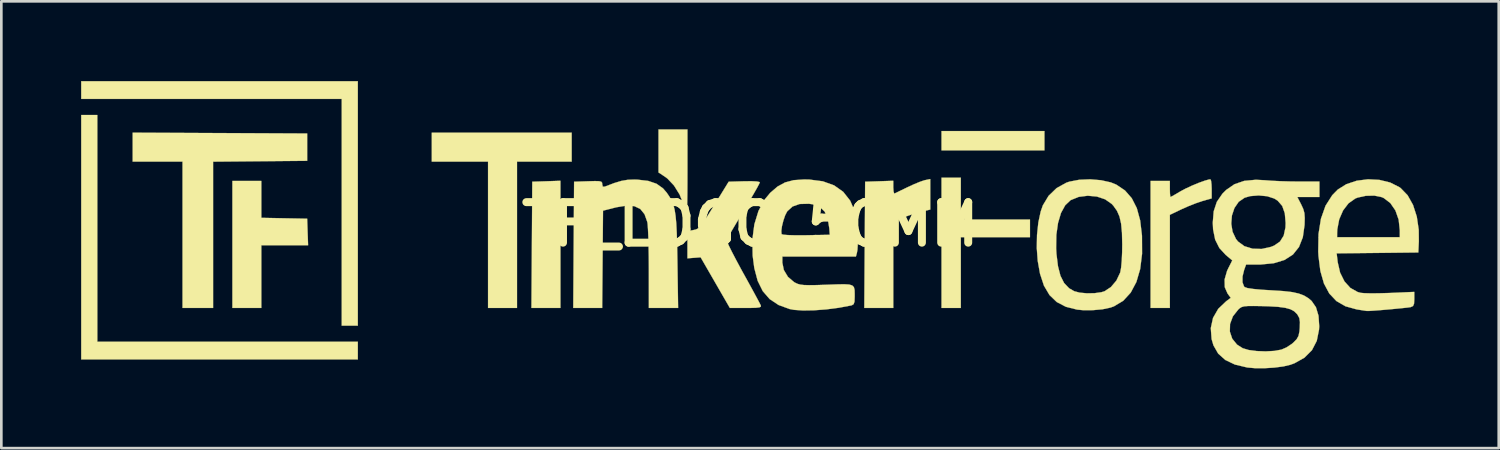
<source format=kicad_pcb>
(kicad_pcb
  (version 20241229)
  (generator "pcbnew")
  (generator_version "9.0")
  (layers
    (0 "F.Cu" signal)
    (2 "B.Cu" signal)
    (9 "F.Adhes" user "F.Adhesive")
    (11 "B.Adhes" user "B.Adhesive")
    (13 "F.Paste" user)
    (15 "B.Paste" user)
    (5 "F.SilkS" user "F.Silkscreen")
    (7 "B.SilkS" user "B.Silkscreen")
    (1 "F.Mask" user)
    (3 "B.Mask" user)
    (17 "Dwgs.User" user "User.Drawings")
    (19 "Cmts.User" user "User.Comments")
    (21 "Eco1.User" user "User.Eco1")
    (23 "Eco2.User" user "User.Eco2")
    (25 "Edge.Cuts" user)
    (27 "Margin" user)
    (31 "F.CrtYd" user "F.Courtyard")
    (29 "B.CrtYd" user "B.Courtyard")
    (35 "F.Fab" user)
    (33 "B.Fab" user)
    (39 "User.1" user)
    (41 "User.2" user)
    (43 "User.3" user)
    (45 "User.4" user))
  (footprint "TF_LOGO_50MM"
    (layer "F.Cu")
    (at 25.163 5.387)
    (property "Reference" "TF_LOGO_50MM" (at 0 0 0) (layer "F.SilkS") (effects (font (size 1.524 1.524) (thickness 0.3))))
    (attr through_hole)
    (fp_poly (pts (xy 11.067 -2.782) (xy 7.197 -2.782) (xy 7.197 -3.508) (xy 11.067 -3.508) (xy 11.067 -2.782)) (stroke (width 0.01) (type solid)) (fill yes) (layer "F.SilkS"))
    (fp_poly (pts (xy -24.553 4.415) (xy -14.756 4.415) (xy -14.756 5.08) (xy -25.158 5.08) (xy -25.158 -4.112) (xy -24.553 -4.112) (xy -24.553 4.415)) (stroke (width 0.01) (type solid)) (fill yes) (layer "F.SilkS"))
    (fp_poly (pts (xy -14.756 3.81) (xy -15.361 3.81) (xy -15.361 -4.717) (xy -25.158 -4.717) (xy -25.158 -5.382) (xy -14.756 -5.382) (xy -14.756 3.81)) (stroke (width 0.01) (type solid)) (fill yes) (layer "F.SilkS"))
    (fp_poly (pts (xy -7.136 3.145) (xy -8.226 3.145) (xy -8.21 0.771) (xy -8.195 -1.603) (xy -7.665 -1.62) (xy -7.136 -1.638) (xy -7.136 3.145)) (stroke (width 0.01) (type solid)) (fill yes) (layer "F.SilkS"))
    (fp_poly (pts (xy -6.713 -2.359) (xy -8.769 -2.359) (xy -8.769 3.145) (xy -9.858 3.145) (xy -9.858 -2.359) (xy -11.974 -2.359) (xy -11.974 -3.447) (xy -6.713 -3.447) (xy -6.713 -2.359)) (stroke (width 0.01) (type solid)) (fill yes) (layer "F.SilkS"))
    (fp_poly (pts (xy 7.922 -0.181) (xy 10.523 -0.181) (xy 10.523 0.484) (xy 7.922 0.484) (xy 7.922 3.145) (xy 7.197 3.145) (xy 7.197 -1.754) (xy 7.922 -1.754) (xy 7.922 -0.181)) (stroke (width 0.01) (type solid)) (fill yes) (layer "F.SilkS"))
    (fp_poly (pts (xy -16.661 -3.417) (xy -16.661 -2.389) (xy -18.43 -2.373) (xy -20.199 -2.357) (xy -20.199 3.145) (xy -21.348 3.145) (xy -21.348 -2.359) (xy -23.223 -2.359) (xy -23.223 -3.448) (xy -16.661 -3.417)) (stroke (width 0.01) (type solid)) (fill yes) (layer "F.SilkS"))
    (fp_poly (pts (xy -18.385 -0.245) (xy -17.523 -0.228) (xy -16.661 -0.212) (xy -16.644 0.287) (xy -16.626 0.786) (xy -18.385 0.786) (xy -18.385 3.145) (xy -19.473 3.145) (xy -19.473 -1.633) (xy -18.385 -1.633) (xy -18.385 -0.245)) (stroke (width 0.01) (type solid)) (fill yes) (layer "F.SilkS"))
    (fp_poly (pts (xy -2.359 -1.996) (xy -2.36 -1.574) (xy -2.362 -1.195) (xy -2.366 -0.874) (xy -2.372 -0.628) (xy -2.378 -0.473) (xy -2.385 -0.423) (xy -2.414 -0.476) (xy -2.463 -0.612) (xy -2.503 -0.741) (xy -2.654 -1.122) (xy -2.865 -1.46) (xy -3.113 -1.723) (xy -3.202 -1.789) (xy -3.447 -1.951) (xy -3.447 -3.568) (xy -2.359 -3.568) (xy -2.359 -1.996)) (stroke (width 0.01) (type solid)) (fill yes) (layer "F.SilkS"))
    (fp_poly (pts (xy 6.773 -0.556) (xy 6.456 -0.482) (xy 6.221 -0.417) (xy 5.946 -0.326) (xy 5.76 -0.258) (xy 5.382 -0.108) (xy 5.382 3.145) (xy 4.292 3.145) (xy 4.308 0.771) (xy 4.324 -1.603) (xy 4.853 -1.62) (xy 5.382 -1.638) (xy 5.382 -1.388) (xy 5.392 -1.239) (xy 5.416 -1.162) (xy 5.428 -1.159) (xy 5.5 -1.193) (xy 5.652 -1.267) (xy 5.856 -1.366) (xy 5.927 -1.4) (xy 6.166 -1.51) (xy 6.388 -1.601) (xy 6.553 -1.657) (xy 6.577 -1.662) (xy 6.773 -1.703) (xy 6.773 -0.556)) (stroke (width 0.01) (type solid)) (fill yes) (layer "F.SilkS"))
    (fp_poly (pts (xy 17.334 -1.638) (xy 17.351 -1.496) (xy 17.357 -1.335) (xy 17.357 -0.976) (xy 17.009 -0.877) (xy 16.775 -0.798) (xy 16.494 -0.688) (xy 16.226 -0.569) (xy 16.223 -0.568) (xy 15.784 -0.358) (xy 15.784 3.145) (xy 15.059 3.145) (xy 15.059 -1.633) (xy 15.784 -1.633) (xy 15.784 -1.33) (xy 15.788 -1.158) (xy 15.799 -1.048) (xy 15.807 -1.028) (xy 15.867 -1.057) (xy 16 -1.132) (xy 16.175 -1.236) (xy 16.372 -1.342) (xy 16.611 -1.453) (xy 16.861 -1.557) (xy 17.088 -1.639) (xy 17.256 -1.687) (xy 17.308 -1.693) (xy 17.334 -1.638)) (stroke (width 0.01) (type solid)) (fill yes) (layer "F.SilkS"))
    (fp_poly (pts (xy 0.253 -1.612) (xy 0.354 -1.59) (xy 0.363 -1.578) (xy 0.333 -1.51) (xy 0.25 -1.356) (xy 0.122 -1.132) (xy -0.039 -0.855) (xy -0.225 -0.542) (xy -0.249 -0.502) (xy -0.44 -0.185) (xy -0.609 0.099) (xy -0.746 0.332) (xy -0.842 0.498) (xy -0.887 0.58) (xy -0.888 0.583) (xy -0.868 0.654) (xy -0.796 0.814) (xy -0.681 1.046) (xy -0.53 1.335) (xy -0.353 1.665) (xy -0.274 1.809) (xy -0.084 2.152) (xy 0.087 2.464) (xy 0.229 2.726) (xy 0.334 2.922) (xy 0.393 3.037) (xy 0.402 3.055) (xy 0.401 3.097) (xy 0.346 3.123) (xy 0.219 3.138) (xy -0.000299 3.144) (xy -0.164 3.145) (xy -0.764 3.145) (xy -1.314 2.192) (xy -1.863 1.24) (xy -2.359 1.278) (xy -2.359 0.253) (xy -2.131 0.214) (xy -2.046 0.195) (xy -1.971 0.16) (xy -1.894 0.095) (xy -1.803 -0.017) (xy -1.685 -0.189) (xy -1.527 -0.437) (xy -1.356 -0.713) (xy -0.808 -1.603) (xy -0.223 -1.62) (xy 0.055 -1.622) (xy 0.253 -1.612)) (stroke (width 0.01) (type solid)) (fill yes) (layer "F.SilkS"))
    (fp_poly (pts (xy -4.233 -1.68) (xy -3.834 -1.633) (xy -3.523 -1.527) (xy -3.278 -1.353) (xy -3.137 -1.189) (xy -3.037 -1.042) (xy -2.955 -0.897) (xy -2.892 -0.739) (xy -2.842 -0.553) (xy -2.806 -0.324) (xy -2.779 -0.036) (xy -2.761 0.325) (xy -2.747 0.776) (xy -2.737 1.33) (xy -2.736 1.406) (xy -2.71 3.145) (xy -3.81 3.145) (xy -3.811 1.648) (xy -3.814 1.22) (xy -3.821 0.821) (xy -3.83 0.469) (xy -3.843 0.184) (xy -3.857 -0.013) (xy -3.868 -0.086) (xy -3.972 -0.379) (xy -4.131 -0.577) (xy -4.355 -0.684) (xy -4.652 -0.704) (xy -5.031 -0.642) (xy -5.07 -0.632) (xy -5.534 -0.514) (xy -5.55 1.315) (xy -5.566 3.145) (xy -6.654 3.145) (xy -6.638 0.771) (xy -6.622 -1.603) (xy -6.093 -1.62) (xy -5.839 -1.627) (xy -5.683 -1.623) (xy -5.601 -1.604) (xy -5.569 -1.565) (xy -5.564 -1.508) (xy -5.542 -1.415) (xy -5.462 -1.419) (xy -5.458 -1.421) (xy -5.117 -1.551) (xy -4.845 -1.633) (xy -4.603 -1.675) (xy -4.352 -1.684) (xy -4.233 -1.68)) (stroke (width 0.01) (type solid)) (fill yes) (layer "F.SilkS"))
    (fp_poly (pts (xy 13.195 -1.659) (xy 13.561 -1.578) (xy 13.767 -1.495) (xy 14.096 -1.274) (xy 14.352 -0.982) (xy 14.541 -0.61) (xy 14.667 -0.148) (xy 14.734 0.412) (xy 14.736 0.454) (xy 14.739 1.107) (xy 14.668 1.68) (xy 14.525 2.168) (xy 14.312 2.568) (xy 14.031 2.874) (xy 13.683 3.083) (xy 13.547 3.132) (xy 13.248 3.195) (xy 12.888 3.228) (xy 12.525 3.229) (xy 12.295 3.207) (xy 11.874 3.101) (xy 11.529 2.921) (xy 11.257 2.659) (xy 11.049 2.307) (xy 10.901 1.858) (xy 10.814 1.37) (xy 10.78 0.9) (xy 11.507 0.9) (xy 11.519 1.109) (xy 11.576 1.573) (xy 11.669 1.934) (xy 11.806 2.206) (xy 11.992 2.402) (xy 12.186 2.515) (xy 12.391 2.569) (xy 12.664 2.594) (xy 12.953 2.589) (xy 13.209 2.553) (xy 13.325 2.518) (xy 13.568 2.358) (xy 13.775 2.112) (xy 13.915 1.816) (xy 13.92 1.796) (xy 13.951 1.628) (xy 13.975 1.369) (xy 13.989 1.051) (xy 13.993 0.756) (xy 13.983 0.317) (xy 13.951 -0.025) (xy 13.89 -0.292) (xy 13.795 -0.509) (xy 13.661 -0.697) (xy 13.595 -0.769) (xy 13.35 -0.941) (xy 13.039 -1.045) (xy 12.696 -1.076) (xy 12.357 -1.033) (xy 12.055 -0.911) (xy 12.05 -0.908) (xy 11.849 -0.718) (xy 11.69 -0.428) (xy 11.578 -0.052) (xy 11.515 0.395) (xy 11.507 0.9) (xy 10.78 0.9) (xy 10.779 0.891) (xy 10.788 0.399) (xy 10.838 -0.07) (xy 10.926 -0.481) (xy 11.007 -0.713) (xy 11.223 -1.072) (xy 11.525 -1.363) (xy 11.888 -1.565) (xy 12.009 -1.606) (xy 12.377 -1.676) (xy 12.786 -1.693) (xy 13.195 -1.659)) (stroke (width 0.01) (type solid)) (fill yes) (layer "F.SilkS"))
    (fp_poly (pts (xy 23.666 -1.671) (xy 24.071 -1.572) (xy 24.42 -1.396) (xy 24.466 -1.362) (xy 24.727 -1.091) (xy 24.93 -0.728) (xy 25.071 -0.29) (xy 25.144 0.205) (xy 25.148 0.635) (xy 25.128 1.058) (xy 23.593 1.075) (xy 22.057 1.091) (xy 22.097 1.427) (xy 22.187 1.817) (xy 22.35 2.145) (xy 22.574 2.393) (xy 22.849 2.546) (xy 22.964 2.577) (xy 23.104 2.589) (xy 23.336 2.595) (xy 23.632 2.593) (xy 23.963 2.584) (xy 24.081 2.58) (xy 24.977 2.541) (xy 24.977 2.811) (xy 24.968 2.984) (xy 24.93 3.072) (xy 24.847 3.111) (xy 24.841 3.113) (xy 24.733 3.129) (xy 24.539 3.15) (xy 24.288 3.175) (xy 24.008 3.201) (xy 23.729 3.225) (xy 23.481 3.244) (xy 23.293 3.256) (xy 23.195 3.258) (xy 23.193 3.258) (xy 23.103 3.245) (xy 22.937 3.219) (xy 22.803 3.197) (xy 22.388 3.082) (xy 22.048 2.885) (xy 21.78 2.602) (xy 21.58 2.227) (xy 21.445 1.757) (xy 21.373 1.187) (xy 21.364 1.028) (xy 21.373 0.484) (xy 22.074 0.484) (xy 24.432 0.484) (xy 24.432 0.223) (xy 24.389 -0.175) (xy 24.267 -0.522) (xy 24.076 -0.8) (xy 23.827 -0.99) (xy 23.748 -1.024) (xy 23.473 -1.08) (xy 23.153 -1.073) (xy 22.847 -1.006) (xy 22.758 -0.971) (xy 22.505 -0.793) (xy 22.299 -0.524) (xy 22.153 -0.188) (xy 22.081 0.191) (xy 22.075 0.318) (xy 22.074 0.484) (xy 21.373 0.484) (xy 21.375 0.363) (xy 21.467 -0.213) (xy 21.639 -0.7) (xy 21.892 -1.097) (xy 22.099 -1.308) (xy 22.423 -1.511) (xy 22.812 -1.64) (xy 23.237 -1.694) (xy 23.666 -1.671)) (stroke (width 0.01) (type solid)) (fill yes) (layer "F.SilkS"))
    (fp_poly (pts (xy 2.226 -1.684) (xy 2.733 -1.618) (xy 3.157 -1.465) (xy 3.5 -1.222) (xy 3.761 -0.891) (xy 3.943 -0.469) (xy 3.957 -0.419) (xy 4.001 -0.196) (xy 4.032 0.094) (xy 4.049 0.41) (xy 4.05 0.713) (xy 4.034 0.961) (xy 4.014 1.073) (xy 3.977 1.21) (xy 1.21 1.21) (xy 1.21 1.442) (xy 1.266 1.718) (xy 1.419 1.973) (xy 1.648 2.17) (xy 1.695 2.197) (xy 1.786 2.239) (xy 1.889 2.267) (xy 2.025 2.283) (xy 2.215 2.288) (xy 2.482 2.285) (xy 2.846 2.273) (xy 2.881 2.272) (xy 3.26 2.258) (xy 3.535 2.253) (xy 3.723 2.264) (xy 3.839 2.299) (xy 3.902 2.364) (xy 3.927 2.467) (xy 3.931 2.615) (xy 3.931 2.725) (xy 3.924 2.907) (xy 3.892 3.002) (xy 3.823 3.044) (xy 3.795 3.051) (xy 3.331 3.138) (xy 2.858 3.199) (xy 2.401 3.233) (xy 1.988 3.24) (xy 1.648 3.216) (xy 1.482 3.185) (xy 1.067 3.033) (xy 0.733 2.811) (xy 0.473 2.511) (xy 0.282 2.124) (xy 0.155 1.644) (xy 0.094 1.179) (xy 0.084 0.565) (xy 0.125 0.251) (xy 1.171 0.251) (xy 1.181 0.365) (xy 1.184 0.371) (xy 1.254 0.39) (xy 1.424 0.404) (xy 1.672 0.411) (xy 1.977 0.412) (xy 2.106 0.41) (xy 2.994 0.393) (xy 2.976 0.151) (xy 2.918 -0.215) (xy 2.8 -0.481) (xy 2.614 -0.658) (xy 2.352 -0.754) (xy 2.208 -0.774) (xy 1.861 -0.765) (xy 1.594 -0.672) (xy 1.396 -0.491) (xy 1.389 -0.481) (xy 1.315 -0.337) (xy 1.248 -0.14) (xy 1.196 0.069) (xy 1.171 0.251) (xy 0.125 0.251) (xy 0.158 -0.000098) (xy 0.312 -0.503) (xy 0.543 -0.931) (xy 0.752 -1.183) (xy 1.026 -1.419) (xy 1.31 -1.575) (xy 1.634 -1.661) (xy 2.028 -1.688) (xy 2.226 -1.684)) (stroke (width 0.01) (type solid)) (fill yes) (layer "F.SilkS"))
    (fp_poly (pts (xy 19.349 -1.659) (xy 19.625 -1.638) (xy 19.973 -1.622) (xy 20.345 -1.612) (xy 20.637 -1.61) (xy 21.409 -1.611) (xy 21.409 -1.028) (xy 20.578 -1.028) (xy 20.726 -0.741) (xy 20.802 -0.575) (xy 20.844 -0.423) (xy 20.857 -0.24) (xy 20.85 0.018) (xy 20.849 0.03) (xy 20.785 0.485) (xy 20.64 0.853) (xy 20.412 1.137) (xy 20.098 1.339) (xy 19.693 1.463) (xy 19.196 1.511) (xy 19.113 1.512) (xy 18.651 1.512) (xy 18.578 1.713) (xy 18.517 1.962) (xy 18.516 2.18) (xy 18.573 2.334) (xy 18.598 2.36) (xy 18.703 2.397) (xy 18.921 2.43) (xy 19.243 2.46) (xy 19.581 2.48) (xy 20.022 2.508) (xy 20.363 2.546) (xy 20.625 2.601) (xy 20.83 2.678) (xy 20.999 2.781) (xy 21.115 2.881) (xy 21.278 3.117) (xy 21.375 3.439) (xy 21.401 3.83) (xy 21.394 3.96) (xy 21.309 4.383) (xy 21.127 4.734) (xy 20.846 5.015) (xy 20.468 5.226) (xy 20.314 5.282) (xy 20.052 5.344) (xy 19.714 5.388) (xy 19.344 5.411) (xy 18.988 5.41) (xy 18.696 5.384) (xy 18.232 5.274) (xy 17.87 5.101) (xy 17.602 4.862) (xy 17.424 4.552) (xy 17.354 4.315) (xy 17.333 4.033) (xy 18.04 4.033) (xy 18.129 4.3) (xy 18.311 4.524) (xy 18.526 4.66) (xy 18.752 4.727) (xy 19.053 4.766) (xy 19.388 4.778) (xy 19.712 4.76) (xy 19.978 4.712) (xy 20.17 4.629) (xy 20.369 4.498) (xy 20.427 4.449) (xy 20.554 4.319) (xy 20.623 4.194) (xy 20.658 4.025) (xy 20.669 3.894) (xy 20.676 3.673) (xy 20.653 3.525) (xy 20.589 3.405) (xy 20.565 3.373) (xy 20.459 3.269) (xy 20.318 3.193) (xy 20.123 3.139) (xy 19.854 3.103) (xy 19.494 3.082) (xy 19.249 3.075) (xy 18.937 3.07) (xy 18.721 3.072) (xy 18.578 3.084) (xy 18.482 3.111) (xy 18.41 3.156) (xy 18.36 3.2) (xy 18.154 3.461) (xy 18.048 3.746) (xy 18.04 4.033) (xy 17.333 4.033) (xy 17.324 3.9) (xy 17.408 3.518) (xy 17.604 3.177) (xy 17.901 2.894) (xy 18.074 2.765) (xy 17.954 2.603) (xy 17.849 2.363) (xy 17.843 2.073) (xy 17.935 1.752) (xy 17.979 1.658) (xy 18.131 1.357) (xy 17.887 1.152) (xy 17.645 0.89) (xy 17.488 0.576) (xy 17.41 0.19) (xy 17.4 -0.024) (xy 18.093 -0.024) (xy 18.142 0.278) (xy 18.27 0.549) (xy 18.346 0.645) (xy 18.588 0.822) (xy 18.894 0.916) (xy 19.237 0.926) (xy 19.589 0.847) (xy 19.707 0.799) (xy 19.927 0.647) (xy 20.066 0.424) (xy 20.132 0.118) (xy 20.138 -0.051) (xy 20.107 -0.417) (xy 20.01 -0.692) (xy 19.839 -0.889) (xy 19.709 -0.971) (xy 19.443 -1.057) (xy 19.122 -1.087) (xy 18.804 -1.061) (xy 18.596 -1.001) (xy 18.373 -0.848) (xy 18.213 -0.615) (xy 18.118 -0.331) (xy 18.093 -0.024) (xy 17.4 -0.024) (xy 17.398 -0.061) (xy 17.433 -0.489) (xy 17.551 -0.846) (xy 17.761 -1.153) (xy 17.902 -1.294) (xy 18.212 -1.508) (xy 18.579 -1.634) (xy 19.016 -1.676) (xy 19.349 -1.659)) (stroke (width 0.01) (type solid)) (fill yes) (layer "F.SilkS")))
  (gr_rect
    (start -3 -3)
    (end 53.316 13.803)
    (stroke (width 0.1) (type default))
    (fill no)
    (layer "Edge.Cuts")))
</source>
